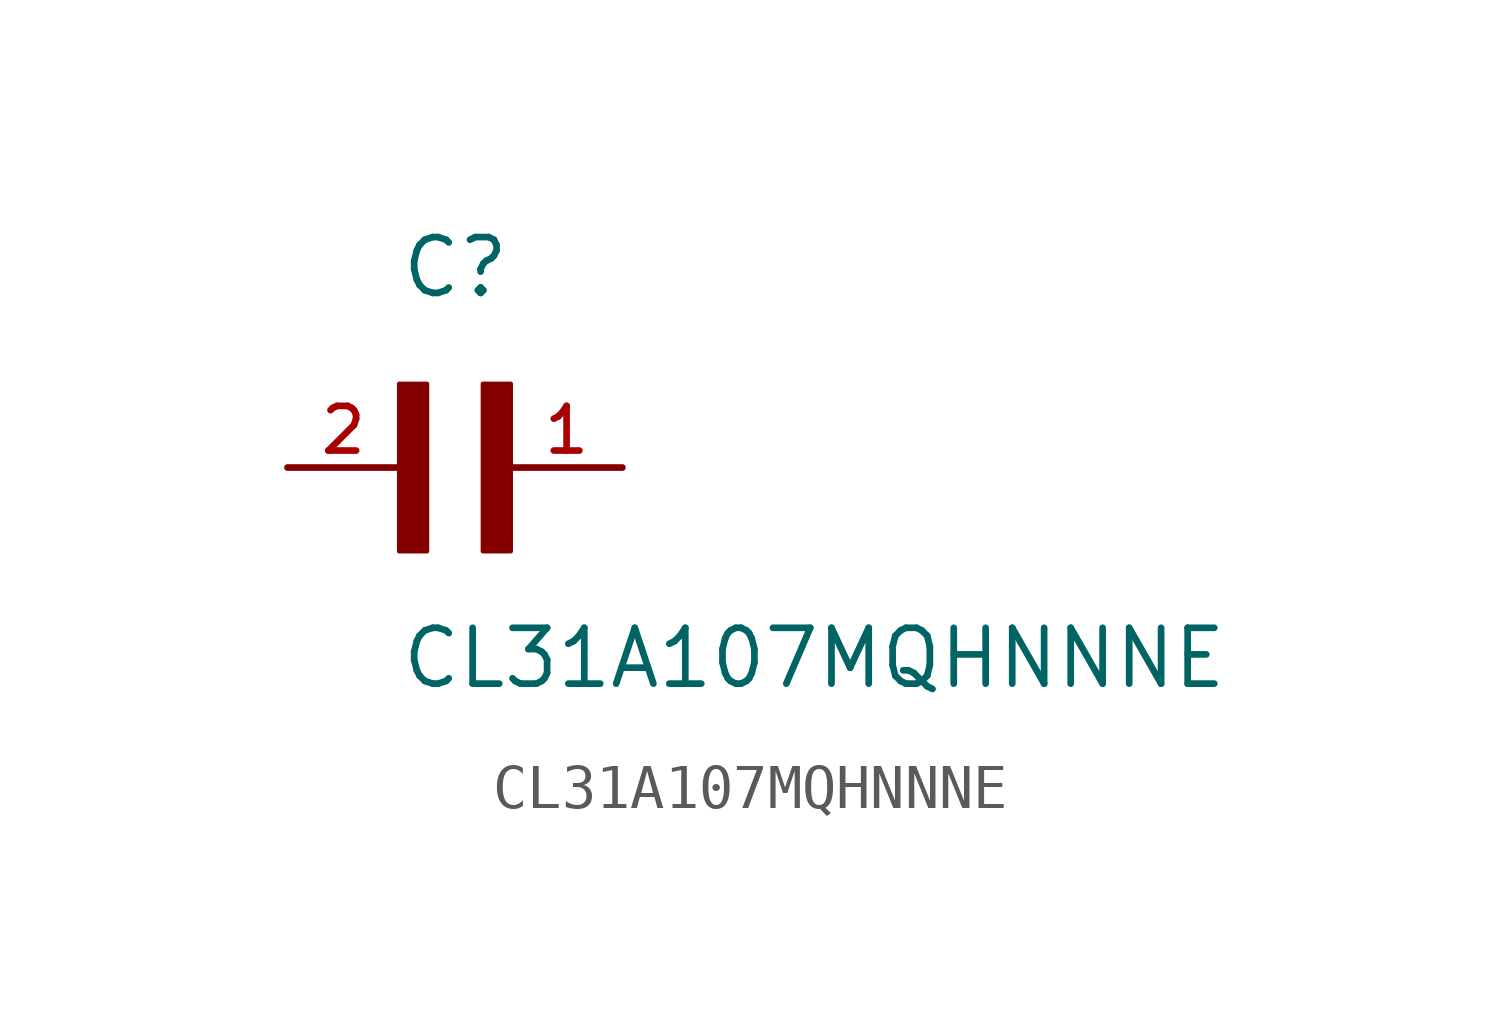
<source format=kicad_sym>
(kicad_symbol_lib
  (version 20211014)
  (generator kicad_symbol_editor)
  (symbol "CL31A107MQHNNNE"
    (pin_names
      (offset 1.016))
    (property "Reference" "C"
      (at 0.0 3.81 0)
      (effects (font (size 1.27 1.27)) (justify bottom left)))
    (property "Value" "CL31A107MQHNNNE"
      (at 0.0 -5.08 0)
      (effects (font (size 1.27 1.27)) (justify bottom left)))
    (symbol "CL31A107MQHNNNE_0_0"
      (rectangle (start 0.0 -1.905) (end 0.635 1.905) (stroke (width 0.1)) (fill (type outline)))
      (rectangle (start 1.905 -1.905) (end 2.54 1.905) (stroke (width 0.1)) (fill (type outline)))
      (pin passive line (at 5.08 0.0 180.0) (length 2.54) (name "~" (effects (font (size 1.016 1.016)))) (number "1" (effects (font (size 1.016 1.016)))))
      (pin passive line (at -2.54 0.0 0) (length 2.54) (name "~" (effects (font (size 1.016 1.016)))) (number "2" (effects (font (size 1.016 1.016))))))))
</source>
